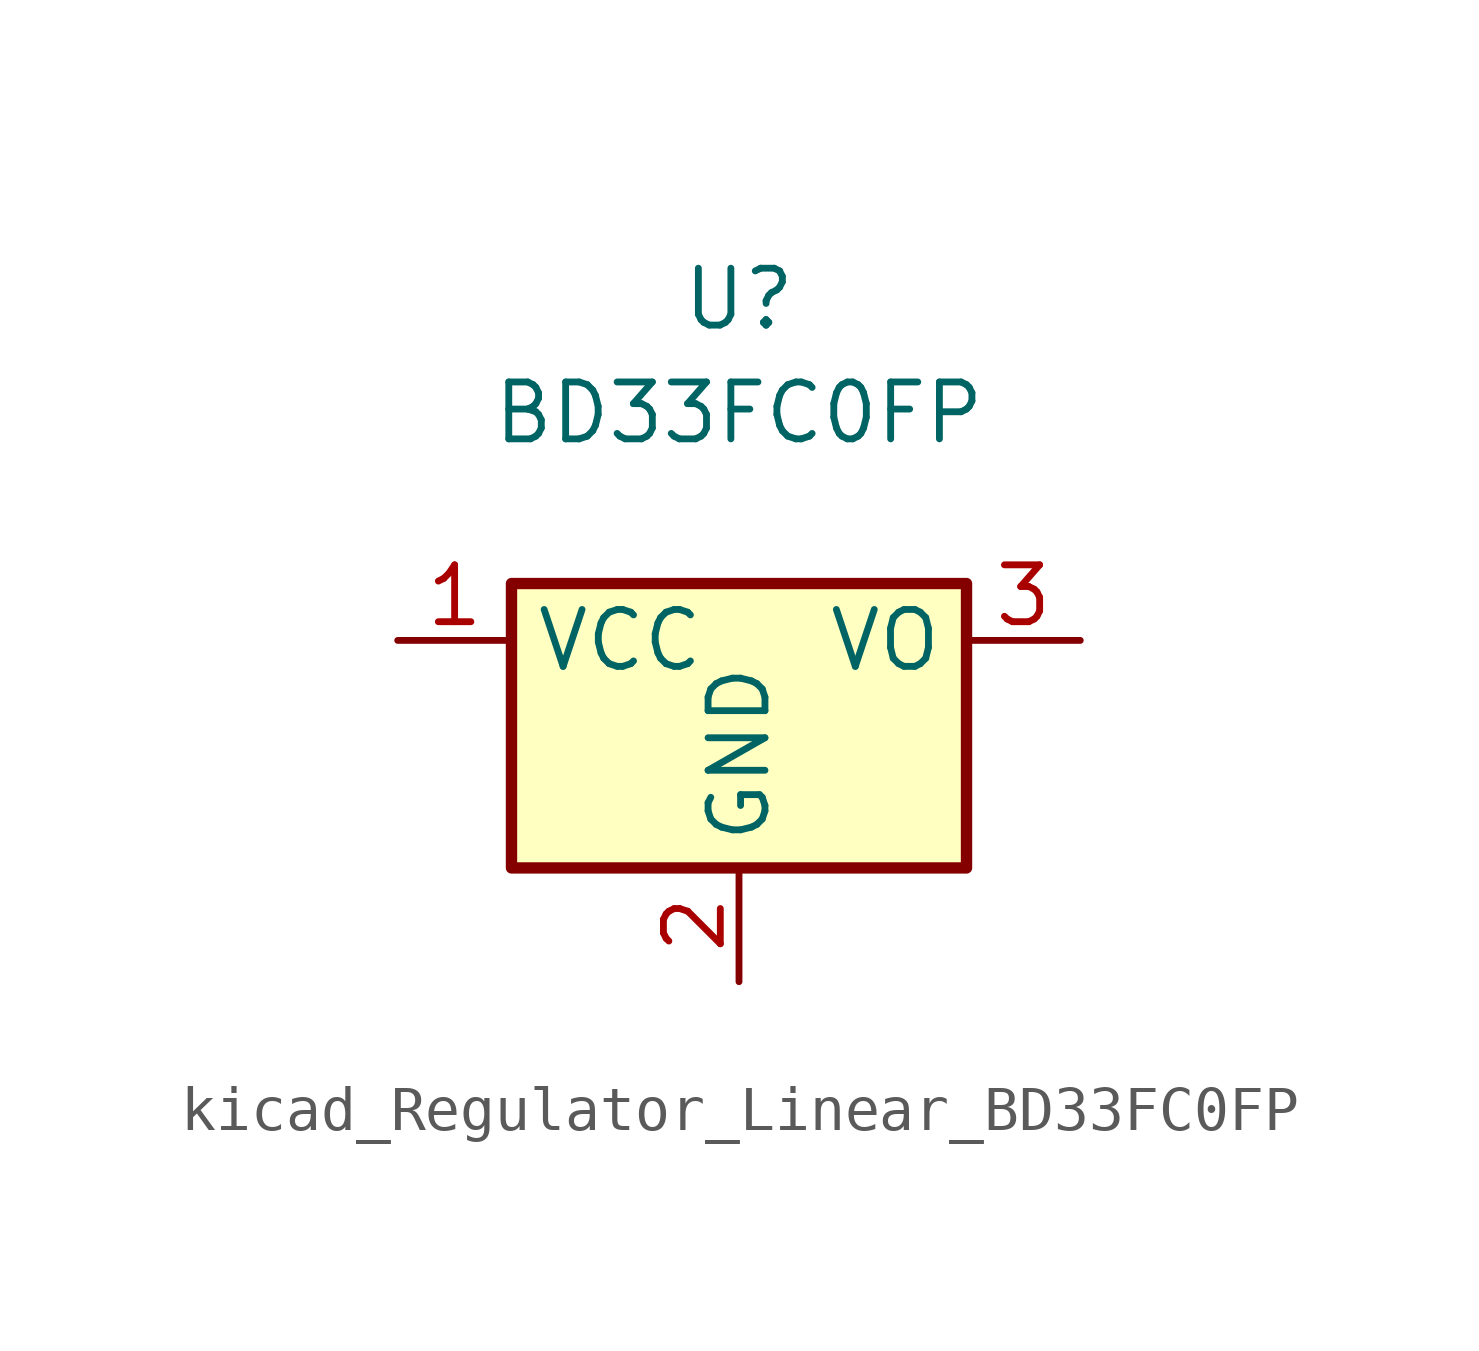
<source format=kicad_sym>
(kicad_symbol_lib
  (version 20220914)
  (generator kicad_symbol_editor)
  (symbol "kicad_Regulator_Linear_BD33FC0FP"
    (property "Reference" "U"
      (at 0 7.62 0)
      (effects (font (size 1.27 1.27))))
    (property "Value" "BD33FC0FP"
      (at 0 5.08 0)
      (effects (font (size 1.27 1.27))))
    (symbol "kicad_Regulator_Linear_BD33FC0FP_1_1"
      (rectangle (start -5.08 -5.08) (end 5.08 1.27) (stroke (width 0.254) (type default)) (fill (type background)))
      (pin power_in line (at -7.62 0 0) (length 2.54) (name "VCC" (effects (font (size 1.27 1.27)))) (number "1" (effects (font (size 1.27 1.27)))))
      (pin power_in line (at 0 -7.62 90) (length 2.54) (name "GND" (effects (font (size 1.27 1.27)))) (number "2" (effects (font (size 1.27 1.27)))))
      (pin power_out line (at 7.62 0 180) (length 2.54) (name "VO" (effects (font (size 1.27 1.27)))) (number "3" (effects (font (size 1.27 1.27))))))))
</source>
